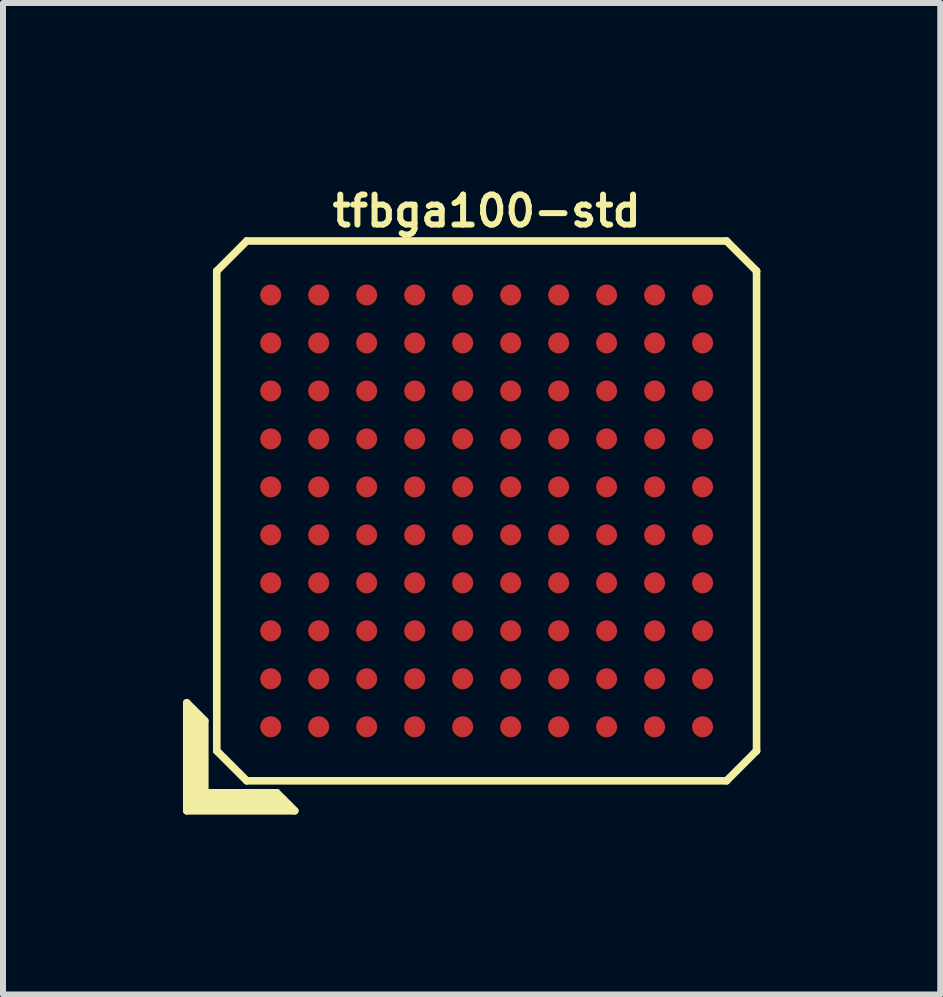
<source format=kicad_pcb>
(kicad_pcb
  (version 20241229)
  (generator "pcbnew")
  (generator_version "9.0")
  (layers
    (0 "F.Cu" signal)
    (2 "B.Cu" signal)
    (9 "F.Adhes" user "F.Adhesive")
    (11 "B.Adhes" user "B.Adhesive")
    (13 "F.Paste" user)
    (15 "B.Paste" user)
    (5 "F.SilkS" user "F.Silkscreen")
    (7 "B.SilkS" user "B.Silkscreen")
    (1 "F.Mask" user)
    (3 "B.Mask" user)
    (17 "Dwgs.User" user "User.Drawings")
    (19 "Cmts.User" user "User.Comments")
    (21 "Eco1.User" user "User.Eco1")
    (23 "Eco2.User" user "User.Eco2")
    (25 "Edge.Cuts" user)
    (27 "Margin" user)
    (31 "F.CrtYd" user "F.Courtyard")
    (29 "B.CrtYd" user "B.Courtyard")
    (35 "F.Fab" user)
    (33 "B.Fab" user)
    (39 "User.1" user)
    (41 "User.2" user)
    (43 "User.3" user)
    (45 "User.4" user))
  (footprint "tfbga100-std"
    (layer "F.Cu")
    (at 5.064 5.468)
    (property "Reference" "tfbga100-std" (at 0 -5 0) (layer "F.SilkS") (effects (font (size 0.5 0.5) (thickness 0.1))))
    (attr smd)
    (fp_line (start -5 3.2) (end -4.7 3.5) (stroke (width 0.127) (type solid)) (layer "F.SilkS"))
    (fp_line (start -5 5) (end -5 3.2) (stroke (width 0.127) (type solid)) (layer "F.SilkS"))
    (fp_line (start -4.9 4.9) (end -4.9 3.3) (stroke (width 0.127) (type solid)) (layer "F.SilkS"))
    (fp_line (start -4.8 3.4) (end -4.8 4.8) (stroke (width 0.127) (type solid)) (layer "F.SilkS"))
    (fp_line (start -4.8 4.8) (end -3.4 4.8) (stroke (width 0.127) (type solid)) (layer "F.SilkS"))
    (fp_line (start -4.7 3.5) (end -4.7 4.7) (stroke (width 0.127) (type solid)) (layer "F.SilkS"))
    (fp_line (start -4.7 4.7) (end -3.5 4.7) (stroke (width 0.127) (type solid)) (layer "F.SilkS"))
    (fp_line (start -4.5 -4) (end -4 -4.5) (stroke (width 0.127) (type solid)) (layer "F.SilkS"))
    (fp_line (start -4.5 4) (end -4.5 -4) (stroke (width 0.127) (type solid)) (layer "F.SilkS"))
    (fp_line (start -4 -4.5) (end 4 -4.5) (stroke (width 0.127) (type solid)) (layer "F.SilkS"))
    (fp_line (start -4 4.5) (end -4.5 4) (stroke (width 0.127) (type solid)) (layer "F.SilkS"))
    (fp_line (start -3.5 4.7) (end -3.2 5) (stroke (width 0.127) (type solid)) (layer "F.SilkS"))
    (fp_line (start -3.3 4.9) (end -4.9 4.9) (stroke (width 0.127) (type solid)) (layer "F.SilkS"))
    (fp_line (start -3.2 5) (end -5 5) (stroke (width 0.127) (type solid)) (layer "F.SilkS"))
    (fp_line (start 4 -4.5) (end 4.5 -4) (stroke (width 0.127) (type solid)) (layer "F.SilkS"))
    (fp_line (start 4 4.5) (end -4 4.5) (stroke (width 0.127) (type solid)) (layer "F.SilkS"))
    (fp_line (start 4.5 -4) (end 4.5 4) (stroke (width 0.127) (type solid)) (layer "F.SilkS"))
    (fp_line (start 4.5 4) (end 4 4.5) (stroke (width 0.127) (type solid)) (layer "F.SilkS"))
    (pad "A1" smd circle (at -3.6 3.6) (size 0.35 0.35) (layers "F.Cu" "F.Mask" "F.Paste"))
    (pad "A2" smd circle (at -3.6 2.8) (size 0.35 0.35) (layers "F.Cu" "F.Mask" "F.Paste"))
    (pad "A3" smd circle (at -3.6 2) (size 0.35 0.35) (layers "F.Cu" "F.Mask" "F.Paste"))
    (pad "A4" smd circle (at -3.6 1.2) (size 0.35 0.35) (layers "F.Cu" "F.Mask" "F.Paste"))
    (pad "A5" smd circle (at -3.6 0.4) (size 0.35 0.35) (layers "F.Cu" "F.Mask" "F.Paste"))
    (pad "A6" smd circle (at -3.6 -0.4) (size 0.35 0.35) (layers "F.Cu" "F.Mask" "F.Paste"))
    (pad "A7" smd circle (at -3.6 -1.2) (size 0.35 0.35) (layers "F.Cu" "F.Mask" "F.Paste"))
    (pad "A8" smd circle (at -3.6 -2) (size 0.35 0.35) (layers "F.Cu" "F.Mask" "F.Paste"))
    (pad "A9" smd circle (at -3.6 -2.8) (size 0.35 0.35) (layers "F.Cu" "F.Mask" "F.Paste"))
    (pad "A10" smd circle (at -3.6 -3.6) (size 0.35 0.35) (layers "F.Cu" "F.Mask" "F.Paste"))
    (pad "B1" smd circle (at -2.8 3.6) (size 0.35 0.35) (layers "F.Cu" "F.Mask" "F.Paste"))
    (pad "B2" smd circle (at -2.8 2.8) (size 0.35 0.35) (layers "F.Cu" "F.Mask" "F.Paste"))
    (pad "B3" smd circle (at -2.8 2) (size 0.35 0.35) (layers "F.Cu" "F.Mask" "F.Paste"))
    (pad "B4" smd circle (at -2.8 1.2) (size 0.35 0.35) (layers "F.Cu" "F.Mask" "F.Paste"))
    (pad "B5" smd circle (at -2.8 0.4) (size 0.35 0.35) (layers "F.Cu" "F.Mask" "F.Paste"))
    (pad "B6" smd circle (at -2.8 -0.4) (size 0.35 0.35) (layers "F.Cu" "F.Mask" "F.Paste"))
    (pad "B7" smd circle (at -2.8 -1.2) (size 0.35 0.35) (layers "F.Cu" "F.Mask" "F.Paste"))
    (pad "B8" smd circle (at -2.8 -2) (size 0.35 0.35) (layers "F.Cu" "F.Mask" "F.Paste"))
    (pad "B9" smd circle (at -2.8 -2.8) (size 0.35 0.35) (layers "F.Cu" "F.Mask" "F.Paste"))
    (pad "B10" smd circle (at -2.8 -3.6) (size 0.35 0.35) (layers "F.Cu" "F.Mask" "F.Paste"))
    (pad "C1" smd circle (at -2 3.6) (size 0.35 0.35) (layers "F.Cu" "F.Mask" "F.Paste"))
    (pad "C2" smd circle (at -2 2.8) (size 0.35 0.35) (layers "F.Cu" "F.Mask" "F.Paste"))
    (pad "C3" smd circle (at -2 2) (size 0.35 0.35) (layers "F.Cu" "F.Mask" "F.Paste"))
    (pad "C4" smd circle (at -2 1.2) (size 0.35 0.35) (layers "F.Cu" "F.Mask" "F.Paste"))
    (pad "C5" smd circle (at -2 0.4) (size 0.35 0.35) (layers "F.Cu" "F.Mask" "F.Paste"))
    (pad "C6" smd circle (at -2 -0.4) (size 0.35 0.35) (layers "F.Cu" "F.Mask" "F.Paste"))
    (pad "C7" smd circle (at -2 -1.2) (size 0.35 0.35) (layers "F.Cu" "F.Mask" "F.Paste"))
    (pad "C8" smd circle (at -2 -2) (size 0.35 0.35) (layers "F.Cu" "F.Mask" "F.Paste"))
    (pad "C9" smd circle (at -2 -2.8) (size 0.35 0.35) (layers "F.Cu" "F.Mask" "F.Paste"))
    (pad "C10" smd circle (at -2 -3.6) (size 0.35 0.35) (layers "F.Cu" "F.Mask" "F.Paste"))
    (pad "D1" smd circle (at -1.2 3.6) (size 0.35 0.35) (layers "F.Cu" "F.Mask" "F.Paste"))
    (pad "D2" smd circle (at -1.2 2.8) (size 0.35 0.35) (layers "F.Cu" "F.Mask" "F.Paste"))
    (pad "D3" smd circle (at -1.2 2) (size 0.35 0.35) (layers "F.Cu" "F.Mask" "F.Paste"))
    (pad "D4" smd circle (at -1.2 1.2) (size 0.35 0.35) (layers "F.Cu" "F.Mask" "F.Paste"))
    (pad "D5" smd circle (at -1.2 0.4) (size 0.35 0.35) (layers "F.Cu" "F.Mask" "F.Paste"))
    (pad "D6" smd circle (at -1.2 -0.4) (size 0.35 0.35) (layers "F.Cu" "F.Mask" "F.Paste"))
    (pad "D7" smd circle (at -1.2 -1.2) (size 0.35 0.35) (layers "F.Cu" "F.Mask" "F.Paste"))
    (pad "D8" smd circle (at -1.2 -2) (size 0.35 0.35) (layers "F.Cu" "F.Mask" "F.Paste"))
    (pad "D9" smd circle (at -1.2 -2.8) (size 0.35 0.35) (layers "F.Cu" "F.Mask" "F.Paste"))
    (pad "D10" smd circle (at -1.2 -3.6) (size 0.35 0.35) (layers "F.Cu" "F.Mask" "F.Paste"))
    (pad "E1" smd circle (at -0.4 3.6) (size 0.35 0.35) (layers "F.Cu" "F.Mask" "F.Paste"))
    (pad "E2" smd circle (at -0.4 2.8) (size 0.35 0.35) (layers "F.Cu" "F.Mask" "F.Paste"))
    (pad "E3" smd circle (at -0.4 2) (size 0.35 0.35) (layers "F.Cu" "F.Mask" "F.Paste"))
    (pad "E4" smd circle (at -0.4 1.2) (size 0.35 0.35) (layers "F.Cu" "F.Mask" "F.Paste"))
    (pad "E5" smd circle (at -0.4 0.4) (size 0.35 0.35) (layers "F.Cu" "F.Mask" "F.Paste"))
    (pad "E6" smd circle (at -0.4 -0.4) (size 0.35 0.35) (layers "F.Cu" "F.Mask" "F.Paste"))
    (pad "E7" smd circle (at -0.4 -1.2) (size 0.35 0.35) (layers "F.Cu" "F.Mask" "F.Paste"))
    (pad "E8" smd circle (at -0.4 -2) (size 0.35 0.35) (layers "F.Cu" "F.Mask" "F.Paste"))
    (pad "E9" smd circle (at -0.4 -2.8) (size 0.35 0.35) (layers "F.Cu" "F.Mask" "F.Paste"))
    (pad "E10" smd circle (at -0.4 -3.6) (size 0.35 0.35) (layers "F.Cu" "F.Mask" "F.Paste"))
    (pad "F1" smd circle (at 0.4 3.6) (size 0.35 0.35) (layers "F.Cu" "F.Mask" "F.Paste"))
    (pad "F2" smd circle (at 0.4 2.8) (size 0.35 0.35) (layers "F.Cu" "F.Mask" "F.Paste"))
    (pad "F3" smd circle (at 0.4 2) (size 0.35 0.35) (layers "F.Cu" "F.Mask" "F.Paste"))
    (pad "F4" smd circle (at 0.4 1.2) (size 0.35 0.35) (layers "F.Cu" "F.Mask" "F.Paste"))
    (pad "F5" smd circle (at 0.4 0.4) (size 0.35 0.35) (layers "F.Cu" "F.Mask" "F.Paste"))
    (pad "F6" smd circle (at 0.4 -0.4) (size 0.35 0.35) (layers "F.Cu" "F.Mask" "F.Paste"))
    (pad "F7" smd circle (at 0.4 -1.2) (size 0.35 0.35) (layers "F.Cu" "F.Mask" "F.Paste"))
    (pad "F8" smd circle (at 0.4 -2) (size 0.35 0.35) (layers "F.Cu" "F.Mask" "F.Paste"))
    (pad "F9" smd circle (at 0.4 -2.8) (size 0.35 0.35) (layers "F.Cu" "F.Mask" "F.Paste"))
    (pad "F10" smd circle (at 0.4 -3.6) (size 0.35 0.35) (layers "F.Cu" "F.Mask" "F.Paste"))
    (pad "G1" smd circle (at 1.2 3.6) (size 0.35 0.35) (layers "F.Cu" "F.Mask" "F.Paste"))
    (pad "G2" smd circle (at 1.2 2.8) (size 0.35 0.35) (layers "F.Cu" "F.Mask" "F.Paste"))
    (pad "G3" smd circle (at 1.2 2) (size 0.35 0.35) (layers "F.Cu" "F.Mask" "F.Paste"))
    (pad "G4" smd circle (at 1.2 1.2) (size 0.35 0.35) (layers "F.Cu" "F.Mask" "F.Paste"))
    (pad "G5" smd circle (at 1.2 0.4) (size 0.35 0.35) (layers "F.Cu" "F.Mask" "F.Paste"))
    (pad "G6" smd circle (at 1.2 -0.4) (size 0.35 0.35) (layers "F.Cu" "F.Mask" "F.Paste"))
    (pad "G7" smd circle (at 1.2 -1.2) (size 0.35 0.35) (layers "F.Cu" "F.Mask" "F.Paste"))
    (pad "G8" smd circle (at 1.2 -2) (size 0.35 0.35) (layers "F.Cu" "F.Mask" "F.Paste"))
    (pad "G9" smd circle (at 1.2 -2.8) (size 0.35 0.35) (layers "F.Cu" "F.Mask" "F.Paste"))
    (pad "G10" smd circle (at 1.2 -3.6) (size 0.35 0.35) (layers "F.Cu" "F.Mask" "F.Paste"))
    (pad "H1" smd circle (at 2 3.6) (size 0.35 0.35) (layers "F.Cu" "F.Mask" "F.Paste"))
    (pad "H2" smd circle (at 2 2.8) (size 0.35 0.35) (layers "F.Cu" "F.Mask" "F.Paste"))
    (pad "H3" smd circle (at 2 2) (size 0.35 0.35) (layers "F.Cu" "F.Mask" "F.Paste"))
    (pad "H4" smd circle (at 2 1.2) (size 0.35 0.35) (layers "F.Cu" "F.Mask" "F.Paste"))
    (pad "H5" smd circle (at 2 0.4) (size 0.35 0.35) (layers "F.Cu" "F.Mask" "F.Paste"))
    (pad "H6" smd circle (at 2 -0.4) (size 0.35 0.35) (layers "F.Cu" "F.Mask" "F.Paste"))
    (pad "H7" smd circle (at 2 -1.2) (size 0.35 0.35) (layers "F.Cu" "F.Mask" "F.Paste"))
    (pad "H8" smd circle (at 2 -2) (size 0.35 0.35) (layers "F.Cu" "F.Mask" "F.Paste"))
    (pad "H9" smd circle (at 2 -2.8) (size 0.35 0.35) (layers "F.Cu" "F.Mask" "F.Paste"))
    (pad "H10" smd circle (at 2 -3.6) (size 0.35 0.35) (layers "F.Cu" "F.Mask" "F.Paste"))
    (pad "J1" smd circle (at 2.8 3.6) (size 0.35 0.35) (layers "F.Cu" "F.Mask" "F.Paste"))
    (pad "J2" smd circle (at 2.8 2.8) (size 0.35 0.35) (layers "F.Cu" "F.Mask" "F.Paste"))
    (pad "J3" smd circle (at 2.8 2) (size 0.35 0.35) (layers "F.Cu" "F.Mask" "F.Paste"))
    (pad "J4" smd circle (at 2.8 1.2) (size 0.35 0.35) (layers "F.Cu" "F.Mask" "F.Paste"))
    (pad "J5" smd circle (at 2.8 0.4) (size 0.35 0.35) (layers "F.Cu" "F.Mask" "F.Paste"))
    (pad "J6" smd circle (at 2.8 -0.4) (size 0.35 0.35) (layers "F.Cu" "F.Mask" "F.Paste"))
    (pad "J7" smd circle (at 2.8 -1.2) (size 0.35 0.35) (layers "F.Cu" "F.Mask" "F.Paste"))
    (pad "J8" smd circle (at 2.8 -2) (size 0.35 0.35) (layers "F.Cu" "F.Mask" "F.Paste"))
    (pad "J9" smd circle (at 2.8 -2.8) (size 0.35 0.35) (layers "F.Cu" "F.Mask" "F.Paste"))
    (pad "J10" smd circle (at 2.8 -3.6) (size 0.35 0.35) (layers "F.Cu" "F.Mask" "F.Paste"))
    (pad "K1" smd circle (at 3.6 3.6) (size 0.35 0.35) (layers "F.Cu" "F.Mask" "F.Paste"))
    (pad "K2" smd circle (at 3.6 2.8) (size 0.35 0.35) (layers "F.Cu" "F.Mask" "F.Paste"))
    (pad "K3" smd circle (at 3.6 2) (size 0.35 0.35) (layers "F.Cu" "F.Mask" "F.Paste"))
    (pad "K4" smd circle (at 3.6 1.2) (size 0.35 0.35) (layers "F.Cu" "F.Mask" "F.Paste"))
    (pad "K5" smd circle (at 3.6 0.4) (size 0.35 0.35) (layers "F.Cu" "F.Mask" "F.Paste"))
    (pad "K6" smd circle (at 3.6 -0.4) (size 0.35 0.35) (layers "F.Cu" "F.Mask" "F.Paste"))
    (pad "K7" smd circle (at 3.6 -1.2) (size 0.35 0.35) (layers "F.Cu" "F.Mask" "F.Paste"))
    (pad "K8" smd circle (at 3.6 -2) (size 0.35 0.35) (layers "F.Cu" "F.Mask" "F.Paste"))
    (pad "K9" smd circle (at 3.6 -2.8) (size 0.35 0.35) (layers "F.Cu" "F.Mask" "F.Paste"))
    (pad "K10" smd circle (at 3.6 -3.6) (size 0.35 0.35) (layers "F.Cu" "F.Mask" "F.Paste")))
  (gr_rect
    (start -3 -3)
    (end 12.627 13.531)
    (stroke (width 0.1) (type default))
    (fill no)
    (layer "Edge.Cuts")))
</source>
